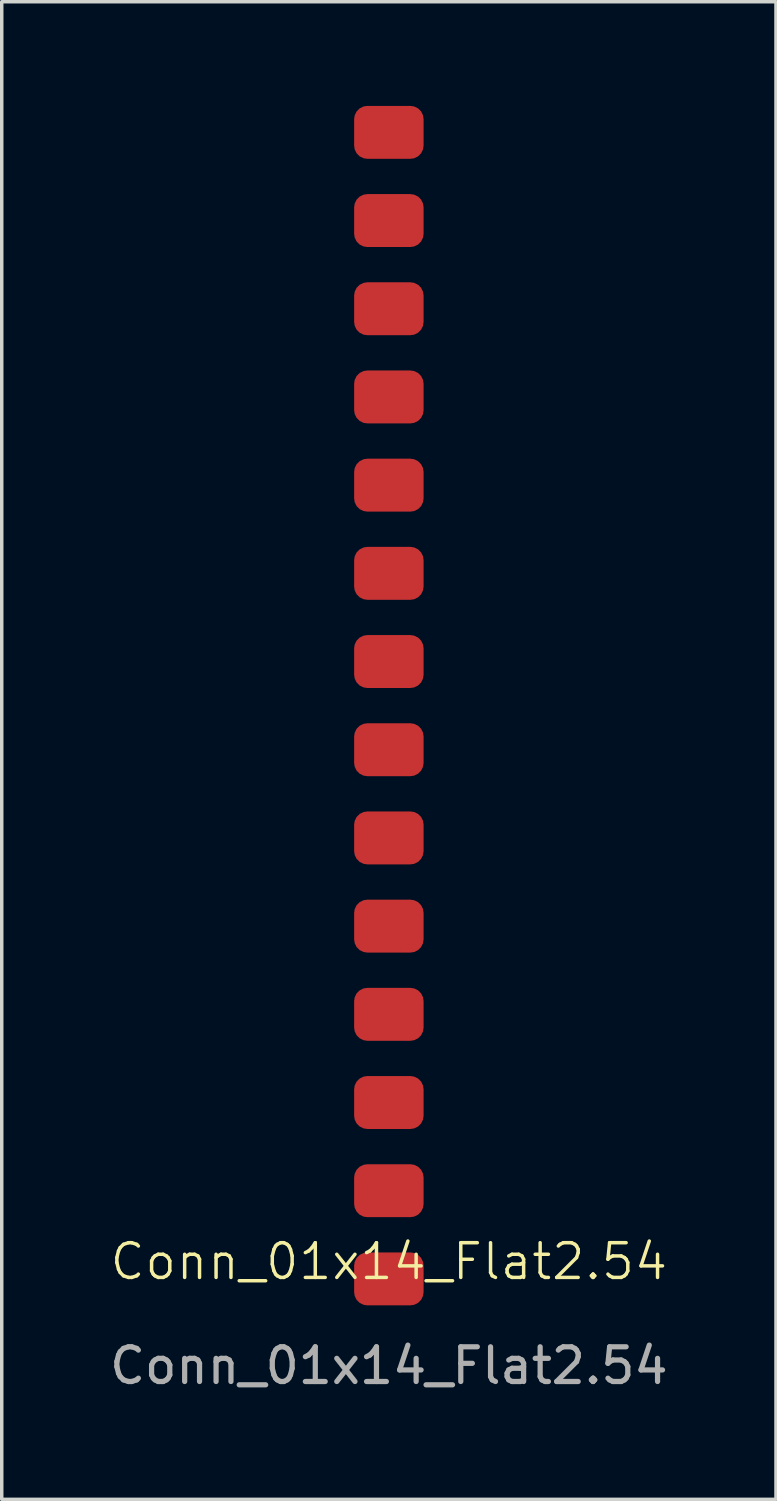
<source format=kicad_pcb>
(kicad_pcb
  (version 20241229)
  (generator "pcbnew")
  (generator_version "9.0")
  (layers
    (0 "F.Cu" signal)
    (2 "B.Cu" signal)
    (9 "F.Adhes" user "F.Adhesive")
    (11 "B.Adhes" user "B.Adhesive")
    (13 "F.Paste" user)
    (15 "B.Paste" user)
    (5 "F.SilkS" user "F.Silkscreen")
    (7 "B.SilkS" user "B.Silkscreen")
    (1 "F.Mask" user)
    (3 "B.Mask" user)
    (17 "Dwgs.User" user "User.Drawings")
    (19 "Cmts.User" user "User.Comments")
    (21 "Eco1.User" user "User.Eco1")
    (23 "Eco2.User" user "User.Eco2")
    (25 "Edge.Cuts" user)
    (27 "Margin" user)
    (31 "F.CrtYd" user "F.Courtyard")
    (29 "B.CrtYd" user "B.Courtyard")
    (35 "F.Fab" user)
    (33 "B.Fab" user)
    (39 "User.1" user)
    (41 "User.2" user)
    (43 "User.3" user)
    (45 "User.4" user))
  (footprint "Conn_01x14_Flat2.54"
    (layer "F.Cu")
    (at 8.149 33.782)
    (property "Reference" "Conn_01x14_Flat2.54" (at 0 -0.5 0) (unlocked yes) (layer "F.SilkS") (effects (font (size 1 1) (thickness 0.1))))
    (attr smd)
    (fp_text user "${REFERENCE}" (at 0 2.5 0) (unlocked yes) (layer "F.Fab") (effects (font (size 1 1) (thickness 0.15))))
    (pad "1" smd roundrect (at 0 0) (size 2 1.524) (layers "F.Cu" "F.Mask" "F.Paste") (roundrect_rratio 0.25))
    (pad "2" smd roundrect (at 0 -2.54) (size 2 1.524) (layers "F.Cu" "F.Mask" "F.Paste") (roundrect_rratio 0.25))
    (pad "3" smd roundrect (at 0 -5.08) (size 2 1.524) (layers "F.Cu" "F.Mask" "F.Paste") (roundrect_rratio 0.25))
    (pad "4" smd roundrect (at 0 -7.62) (size 2 1.524) (layers "F.Cu" "F.Mask" "F.Paste") (roundrect_rratio 0.25))
    (pad "5" smd roundrect (at 0 -10.16) (size 2 1.524) (layers "F.Cu" "F.Mask" "F.Paste") (roundrect_rratio 0.25))
    (pad "6" smd roundrect (at 0 -12.7) (size 2 1.524) (layers "F.Cu" "F.Mask" "F.Paste") (roundrect_rratio 0.25))
    (pad "7" smd roundrect (at 0 -15.24) (size 2 1.524) (layers "F.Cu" "F.Mask" "F.Paste") (roundrect_rratio 0.25))
    (pad "8" smd roundrect (at 0 -17.78) (size 2 1.524) (layers "F.Cu" "F.Mask" "F.Paste") (roundrect_rratio 0.25))
    (pad "9" smd roundrect (at 0 -20.32) (size 2 1.524) (layers "F.Cu" "F.Mask" "F.Paste") (roundrect_rratio 0.25))
    (pad "10" smd roundrect (at 0 -22.86) (size 2 1.524) (layers "F.Cu" "F.Mask" "F.Paste") (roundrect_rratio 0.25))
    (pad "11" smd roundrect (at 0 -25.4) (size 2 1.524) (layers "F.Cu" "F.Mask" "F.Paste") (roundrect_rratio 0.25))
    (pad "12" smd roundrect (at 0 -27.94) (size 2 1.524) (layers "F.Cu" "F.Mask" "F.Paste") (roundrect_rratio 0.25))
    (pad "13" smd roundrect (at 0 -30.48) (size 2 1.524) (layers "F.Cu" "F.Mask" "F.Paste") (roundrect_rratio 0.25))
    (pad "14" smd roundrect (at 0 -33.02) (size 2 1.524) (layers "F.Cu" "F.Mask" "F.Paste") (roundrect_rratio 0.25)))
  (gr_rect
    (start -3 -3)
    (end 19.298 40.13)
    (stroke (width 0.1) (type default))
    (fill no)
    (layer "Edge.Cuts")))
</source>
